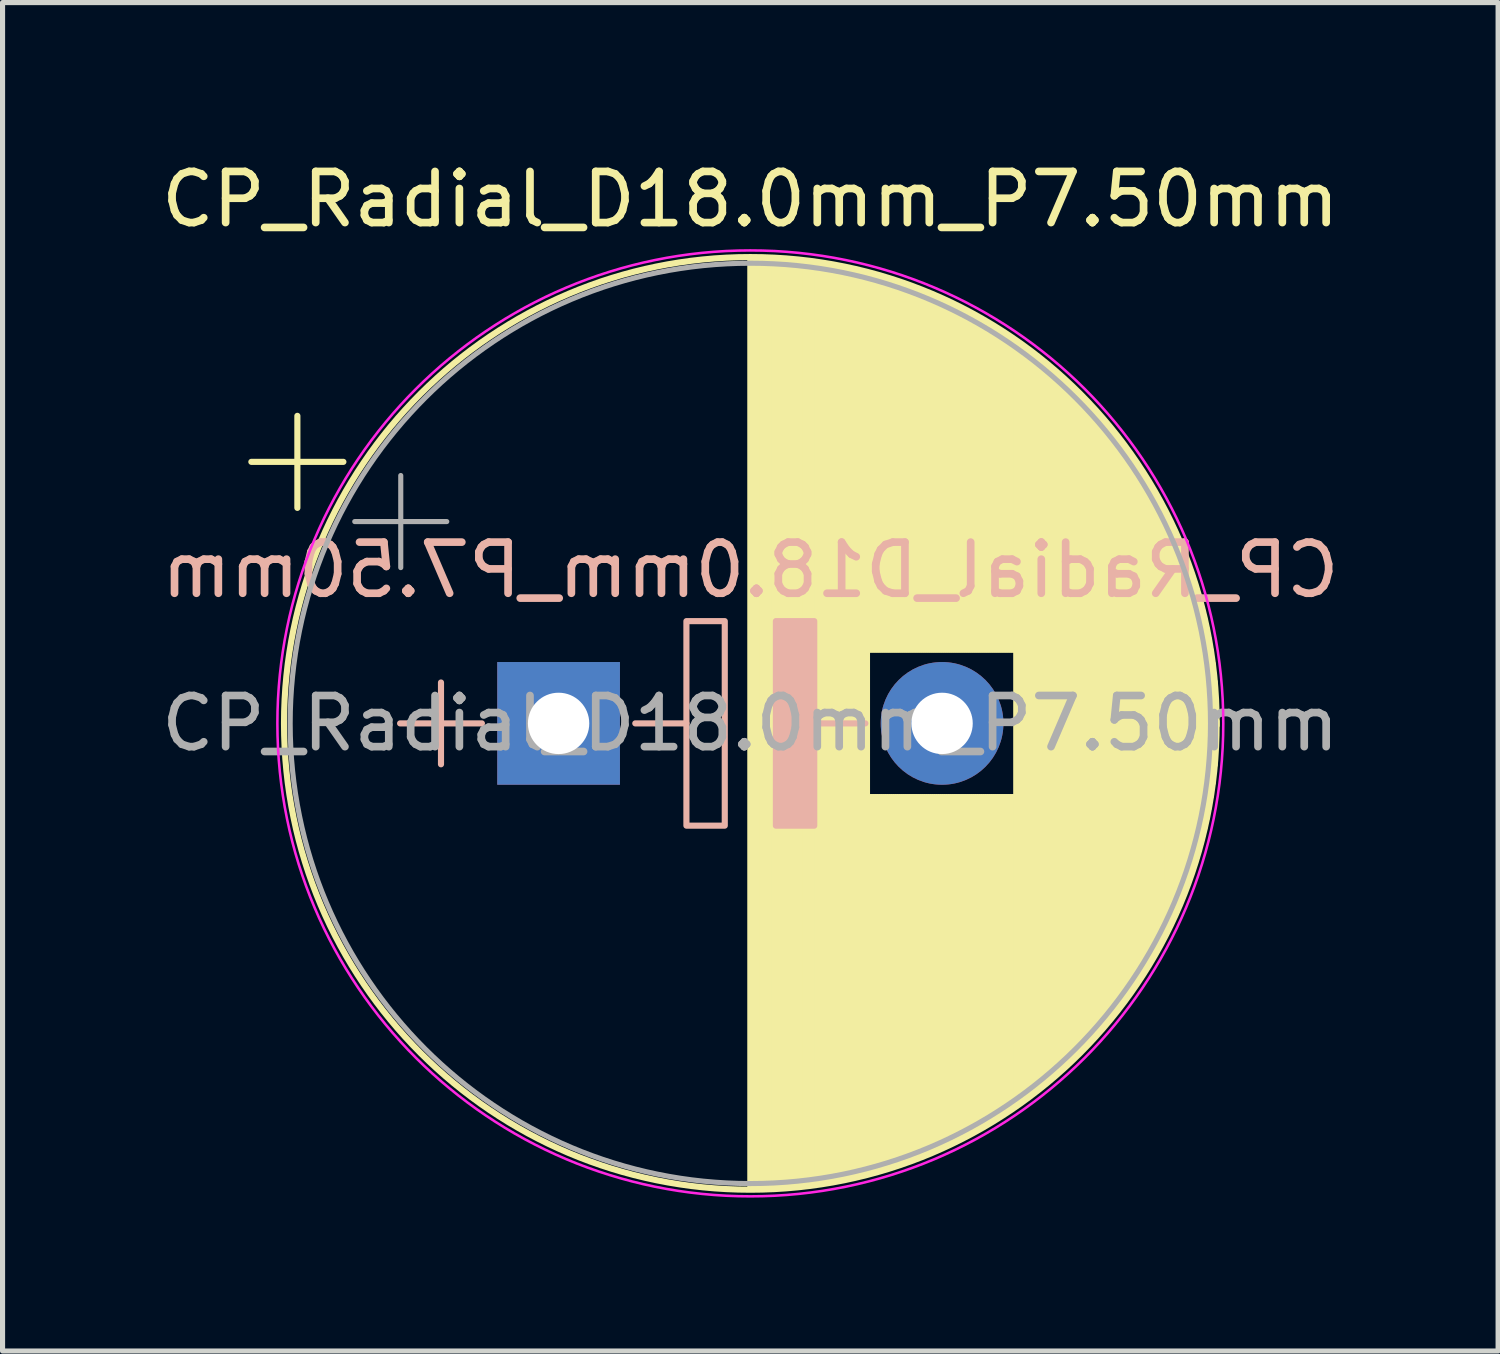
<source format=kicad_pcb>
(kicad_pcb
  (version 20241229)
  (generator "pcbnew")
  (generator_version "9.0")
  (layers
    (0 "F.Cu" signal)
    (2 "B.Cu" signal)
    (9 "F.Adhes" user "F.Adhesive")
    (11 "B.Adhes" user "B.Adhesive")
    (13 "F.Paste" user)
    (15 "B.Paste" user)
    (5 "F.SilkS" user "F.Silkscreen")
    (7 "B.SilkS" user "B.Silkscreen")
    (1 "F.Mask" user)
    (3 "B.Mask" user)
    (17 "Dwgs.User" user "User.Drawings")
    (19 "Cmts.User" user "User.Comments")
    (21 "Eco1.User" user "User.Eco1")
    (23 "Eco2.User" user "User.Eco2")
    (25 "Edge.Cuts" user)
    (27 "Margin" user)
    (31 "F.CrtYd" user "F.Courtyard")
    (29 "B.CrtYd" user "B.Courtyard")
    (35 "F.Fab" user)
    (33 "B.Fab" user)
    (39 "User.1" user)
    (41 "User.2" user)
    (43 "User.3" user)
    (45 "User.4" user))
  (footprint "CP_Radial_D18.0mm_P7.50mm"
    (layer "F.Cu")
    (at 7.875 11.098)
    (property "Reference" "CP_Radial_D18.0mm_P7.50mm" (at 3.75 -10.25 0) (layer "F.SilkS") (effects (font (size 1 1) (thickness 0.15))))
    (fp_line (start -6.009 -5.115) (end -4.209 -5.115) (stroke (width 0.12) (type solid)) (layer "F.SilkS"))
    (fp_line (start -5.109 -6.015) (end -5.109 -4.215) (stroke (width 0.12) (type solid)) (layer "F.SilkS"))
    (fp_line (start 3.75 -9.081) (end 3.75 9.081) (stroke (width 0.12) (type solid)) (layer "F.SilkS"))
    (fp_line (start 3.79 -9.08) (end 3.79 9.08) (stroke (width 0.12) (type solid)) (layer "F.SilkS"))
    (fp_line (start 3.83 -9.08) (end 3.83 9.08) (stroke (width 0.12) (type solid)) (layer "F.SilkS"))
    (fp_line (start 3.87 -9.08) (end 3.87 9.08) (stroke (width 0.12) (type solid)) (layer "F.SilkS"))
    (fp_line (start 3.91 -9.079) (end 3.91 9.079) (stroke (width 0.12) (type solid)) (layer "F.SilkS"))
    (fp_line (start 3.95 -9.078) (end 3.95 9.078) (stroke (width 0.12) (type solid)) (layer "F.SilkS"))
    (fp_line (start 3.99 -9.077) (end 3.99 9.077) (stroke (width 0.12) (type solid)) (layer "F.SilkS"))
    (fp_line (start 4.03 -9.076) (end 4.03 9.076) (stroke (width 0.12) (type solid)) (layer "F.SilkS"))
    (fp_line (start 4.07 -9.075) (end 4.07 9.075) (stroke (width 0.12) (type solid)) (layer "F.SilkS"))
    (fp_line (start 4.11 -9.073) (end 4.11 9.073) (stroke (width 0.12) (type solid)) (layer "F.SilkS"))
    (fp_line (start 4.15 -9.072) (end 4.15 9.072) (stroke (width 0.12) (type solid)) (layer "F.SilkS"))
    (fp_line (start 4.19 -9.07) (end 4.19 9.07) (stroke (width 0.12) (type solid)) (layer "F.SilkS"))
    (fp_line (start 4.23 -9.068) (end 4.23 9.068) (stroke (width 0.12) (type solid)) (layer "F.SilkS"))
    (fp_line (start 4.27 -9.066) (end 4.27 9.066) (stroke (width 0.12) (type solid)) (layer "F.SilkS"))
    (fp_line (start 4.31 -9.063) (end 4.31 9.063) (stroke (width 0.12) (type solid)) (layer "F.SilkS"))
    (fp_line (start 4.35 -9.061) (end 4.35 9.061) (stroke (width 0.12) (type solid)) (layer "F.SilkS"))
    (fp_line (start 4.39 -9.058) (end 4.39 9.058) (stroke (width 0.12) (type solid)) (layer "F.SilkS"))
    (fp_line (start 4.43 -9.055) (end 4.43 9.055) (stroke (width 0.12) (type solid)) (layer "F.SilkS"))
    (fp_line (start 4.471 -9.052) (end 4.471 9.052) (stroke (width 0.12) (type solid)) (layer "F.SilkS"))
    (fp_line (start 4.511 -9.049) (end 4.511 9.049) (stroke (width 0.12) (type solid)) (layer "F.SilkS"))
    (fp_line (start 4.551 -9.045) (end 4.551 9.045) (stroke (width 0.12) (type solid)) (layer "F.SilkS"))
    (fp_line (start 4.591 -9.042) (end 4.591 9.042) (stroke (width 0.12) (type solid)) (layer "F.SilkS"))
    (fp_line (start 4.631 -9.038) (end 4.631 9.038) (stroke (width 0.12) (type solid)) (layer "F.SilkS"))
    (fp_line (start 4.671 -9.034) (end 4.671 9.034) (stroke (width 0.12) (type solid)) (layer "F.SilkS"))
    (fp_line (start 4.711 -9.03) (end 4.711 9.03) (stroke (width 0.12) (type solid)) (layer "F.SilkS"))
    (fp_line (start 4.751 -9.026) (end 4.751 9.026) (stroke (width 0.12) (type solid)) (layer "F.SilkS"))
    (fp_line (start 4.791 -9.021) (end 4.791 9.021) (stroke (width 0.12) (type solid)) (layer "F.SilkS"))
    (fp_line (start 4.831 -9.016) (end 4.831 9.016) (stroke (width 0.12) (type solid)) (layer "F.SilkS"))
    (fp_line (start 4.871 -9.011) (end 4.871 9.011) (stroke (width 0.12) (type solid)) (layer "F.SilkS"))
    (fp_line (start 4.911 -9.006) (end 4.911 9.006) (stroke (width 0.12) (type solid)) (layer "F.SilkS"))
    (fp_line (start 4.951 -9.001) (end 4.951 9.001) (stroke (width 0.12) (type solid)) (layer "F.SilkS"))
    (fp_line (start 4.991 -8.996) (end 4.991 8.996) (stroke (width 0.12) (type solid)) (layer "F.SilkS"))
    (fp_line (start 5.031 -8.99) (end 5.031 8.99) (stroke (width 0.12) (type solid)) (layer "F.SilkS"))
    (fp_line (start 5.071 -8.984) (end 5.071 8.984) (stroke (width 0.12) (type solid)) (layer "F.SilkS"))
    (fp_line (start 5.111 -8.979) (end 5.111 8.979) (stroke (width 0.12) (type solid)) (layer "F.SilkS"))
    (fp_line (start 5.151 -8.972) (end 5.151 8.972) (stroke (width 0.12) (type solid)) (layer "F.SilkS"))
    (fp_line (start 5.191 -8.966) (end 5.191 8.966) (stroke (width 0.12) (type solid)) (layer "F.SilkS"))
    (fp_line (start 5.231 -8.96) (end 5.231 8.96) (stroke (width 0.12) (type solid)) (layer "F.SilkS"))
    (fp_line (start 5.271 -8.953) (end 5.271 8.953) (stroke (width 0.12) (type solid)) (layer "F.SilkS"))
    (fp_line (start 5.311 -8.946) (end 5.311 8.946) (stroke (width 0.12) (type solid)) (layer "F.SilkS"))
    (fp_line (start 5.351 -8.939) (end 5.351 8.939) (stroke (width 0.12) (type solid)) (layer "F.SilkS"))
    (fp_line (start 5.391 -8.932) (end 5.391 8.932) (stroke (width 0.12) (type solid)) (layer "F.SilkS"))
    (fp_line (start 5.431 -8.924) (end 5.431 8.924) (stroke (width 0.12) (type solid)) (layer "F.SilkS"))
    (fp_line (start 5.471 -8.917) (end 5.471 8.917) (stroke (width 0.12) (type solid)) (layer "F.SilkS"))
    (fp_line (start 5.511 -8.909) (end 5.511 8.909) (stroke (width 0.12) (type solid)) (layer "F.SilkS"))
    (fp_line (start 5.551 -8.901) (end 5.551 8.901) (stroke (width 0.12) (type solid)) (layer "F.SilkS"))
    (fp_line (start 5.591 -8.893) (end 5.591 8.893) (stroke (width 0.12) (type solid)) (layer "F.SilkS"))
    (fp_line (start 5.631 -8.885) (end 5.631 8.885) (stroke (width 0.12) (type solid)) (layer "F.SilkS"))
    (fp_line (start 5.671 -8.876) (end 5.671 8.876) (stroke (width 0.12) (type solid)) (layer "F.SilkS"))
    (fp_line (start 5.711 -8.867) (end 5.711 8.867) (stroke (width 0.12) (type solid)) (layer "F.SilkS"))
    (fp_line (start 5.751 -8.858) (end 5.751 8.858) (stroke (width 0.12) (type solid)) (layer "F.SilkS"))
    (fp_line (start 5.791 -8.849) (end 5.791 8.849) (stroke (width 0.12) (type solid)) (layer "F.SilkS"))
    (fp_line (start 5.831 -8.84) (end 5.831 8.84) (stroke (width 0.12) (type solid)) (layer "F.SilkS"))
    (fp_line (start 5.871 -8.831) (end 5.871 8.831) (stroke (width 0.12) (type solid)) (layer "F.SilkS"))
    (fp_line (start 5.911 -8.821) (end 5.911 8.821) (stroke (width 0.12) (type solid)) (layer "F.SilkS"))
    (fp_line (start 5.951 -8.811) (end 5.951 8.811) (stroke (width 0.12) (type solid)) (layer "F.SilkS"))
    (fp_line (start 5.991 -8.801) (end 5.991 8.801) (stroke (width 0.12) (type solid)) (layer "F.SilkS"))
    (fp_line (start 6.031 -8.791) (end 6.031 8.791) (stroke (width 0.12) (type solid)) (layer "F.SilkS"))
    (fp_line (start 6.071 -8.78) (end 6.071 -1.44) (stroke (width 0.12) (type solid)) (layer "F.SilkS"))
    (fp_line (start 6.071 1.44) (end 6.071 8.78) (stroke (width 0.12) (type solid)) (layer "F.SilkS"))
    (fp_line (start 6.111 -8.77) (end 6.111 -1.44) (stroke (width 0.12) (type solid)) (layer "F.SilkS"))
    (fp_line (start 6.111 1.44) (end 6.111 8.77) (stroke (width 0.12) (type solid)) (layer "F.SilkS"))
    (fp_line (start 6.151 -8.759) (end 6.151 -1.44) (stroke (width 0.12) (type solid)) (layer "F.SilkS"))
    (fp_line (start 6.151 1.44) (end 6.151 8.759) (stroke (width 0.12) (type solid)) (layer "F.SilkS"))
    (fp_line (start 6.191 -8.748) (end 6.191 -1.44) (stroke (width 0.12) (type solid)) (layer "F.SilkS"))
    (fp_line (start 6.191 1.44) (end 6.191 8.748) (stroke (width 0.12) (type solid)) (layer "F.SilkS"))
    (fp_line (start 6.231 -8.737) (end 6.231 -1.44) (stroke (width 0.12) (type solid)) (layer "F.SilkS"))
    (fp_line (start 6.231 1.44) (end 6.231 8.737) (stroke (width 0.12) (type solid)) (layer "F.SilkS"))
    (fp_line (start 6.271 -8.725) (end 6.271 -1.44) (stroke (width 0.12) (type solid)) (layer "F.SilkS"))
    (fp_line (start 6.271 1.44) (end 6.271 8.725) (stroke (width 0.12) (type solid)) (layer "F.SilkS"))
    (fp_line (start 6.311 -8.714) (end 6.311 -1.44) (stroke (width 0.12) (type solid)) (layer "F.SilkS"))
    (fp_line (start 6.311 1.44) (end 6.311 8.714) (stroke (width 0.12) (type solid)) (layer "F.SilkS"))
    (fp_line (start 6.351 -8.702) (end 6.351 -1.44) (stroke (width 0.12) (type solid)) (layer "F.SilkS"))
    (fp_line (start 6.351 1.44) (end 6.351 8.702) (stroke (width 0.12) (type solid)) (layer "F.SilkS"))
    (fp_line (start 6.391 -8.69) (end 6.391 -1.44) (stroke (width 0.12) (type solid)) (layer "F.SilkS"))
    (fp_line (start 6.391 1.44) (end 6.391 8.69) (stroke (width 0.12) (type solid)) (layer "F.SilkS"))
    (fp_line (start 6.431 -8.678) (end 6.431 -1.44) (stroke (width 0.12) (type solid)) (layer "F.SilkS"))
    (fp_line (start 6.431 1.44) (end 6.431 8.678) (stroke (width 0.12) (type solid)) (layer "F.SilkS"))
    (fp_line (start 6.471 -8.665) (end 6.471 -1.44) (stroke (width 0.12) (type solid)) (layer "F.SilkS"))
    (fp_line (start 6.471 1.44) (end 6.471 8.665) (stroke (width 0.12) (type solid)) (layer "F.SilkS"))
    (fp_line (start 6.511 -8.653) (end 6.511 -1.44) (stroke (width 0.12) (type solid)) (layer "F.SilkS"))
    (fp_line (start 6.511 1.44) (end 6.511 8.653) (stroke (width 0.12) (type solid)) (layer "F.SilkS"))
    (fp_line (start 6.551 -8.64) (end 6.551 -1.44) (stroke (width 0.12) (type solid)) (layer "F.SilkS"))
    (fp_line (start 6.551 1.44) (end 6.551 8.64) (stroke (width 0.12) (type solid)) (layer "F.SilkS"))
    (fp_line (start 6.591 -8.627) (end 6.591 -1.44) (stroke (width 0.12) (type solid)) (layer "F.SilkS"))
    (fp_line (start 6.591 1.44) (end 6.591 8.627) (stroke (width 0.12) (type solid)) (layer "F.SilkS"))
    (fp_line (start 6.631 -8.614) (end 6.631 -1.44) (stroke (width 0.12) (type solid)) (layer "F.SilkS"))
    (fp_line (start 6.631 1.44) (end 6.631 8.614) (stroke (width 0.12) (type solid)) (layer "F.SilkS"))
    (fp_line (start 6.671 -8.6) (end 6.671 -1.44) (stroke (width 0.12) (type solid)) (layer "F.SilkS"))
    (fp_line (start 6.671 1.44) (end 6.671 8.6) (stroke (width 0.12) (type solid)) (layer "F.SilkS"))
    (fp_line (start 6.711 -8.587) (end 6.711 -1.44) (stroke (width 0.12) (type solid)) (layer "F.SilkS"))
    (fp_line (start 6.711 1.44) (end 6.711 8.587) (stroke (width 0.12) (type solid)) (layer "F.SilkS"))
    (fp_line (start 6.751 -8.573) (end 6.751 -1.44) (stroke (width 0.12) (type solid)) (layer "F.SilkS"))
    (fp_line (start 6.751 1.44) (end 6.751 8.573) (stroke (width 0.12) (type solid)) (layer "F.SilkS"))
    (fp_line (start 6.791 -8.559) (end 6.791 -1.44) (stroke (width 0.12) (type solid)) (layer "F.SilkS"))
    (fp_line (start 6.791 1.44) (end 6.791 8.559) (stroke (width 0.12) (type solid)) (layer "F.SilkS"))
    (fp_line (start 6.831 -8.545) (end 6.831 -1.44) (stroke (width 0.12) (type solid)) (layer "F.SilkS"))
    (fp_line (start 6.831 1.44) (end 6.831 8.545) (stroke (width 0.12) (type solid)) (layer "F.SilkS"))
    (fp_line (start 6.871 -8.53) (end 6.871 -1.44) (stroke (width 0.12) (type solid)) (layer "F.SilkS"))
    (fp_line (start 6.871 1.44) (end 6.871 8.53) (stroke (width 0.12) (type solid)) (layer "F.SilkS"))
    (fp_line (start 6.911 -8.516) (end 6.911 -1.44) (stroke (width 0.12) (type solid)) (layer "F.SilkS"))
    (fp_line (start 6.911 1.44) (end 6.911 8.516) (stroke (width 0.12) (type solid)) (layer "F.SilkS"))
    (fp_line (start 6.951 -8.501) (end 6.951 -1.44) (stroke (width 0.12) (type solid)) (layer "F.SilkS"))
    (fp_line (start 6.951 1.44) (end 6.951 8.501) (stroke (width 0.12) (type solid)) (layer "F.SilkS"))
    (fp_line (start 6.991 -8.486) (end 6.991 -1.44) (stroke (width 0.12) (type solid)) (layer "F.SilkS"))
    (fp_line (start 6.991 1.44) (end 6.991 8.486) (stroke (width 0.12) (type solid)) (layer "F.SilkS"))
    (fp_line (start 7.031 -8.47) (end 7.031 -1.44) (stroke (width 0.12) (type solid)) (layer "F.SilkS"))
    (fp_line (start 7.031 1.44) (end 7.031 8.47) (stroke (width 0.12) (type solid)) (layer "F.SilkS"))
    (fp_line (start 7.071 -8.455) (end 7.071 -1.44) (stroke (width 0.12) (type solid)) (layer "F.SilkS"))
    (fp_line (start 7.071 1.44) (end 7.071 8.455) (stroke (width 0.12) (type solid)) (layer "F.SilkS"))
    (fp_line (start 7.111 -8.439) (end 7.111 -1.44) (stroke (width 0.12) (type solid)) (layer "F.SilkS"))
    (fp_line (start 7.111 1.44) (end 7.111 8.439) (stroke (width 0.12) (type solid)) (layer "F.SilkS"))
    (fp_line (start 7.151 -8.423) (end 7.151 -1.44) (stroke (width 0.12) (type solid)) (layer "F.SilkS"))
    (fp_line (start 7.151 1.44) (end 7.151 8.423) (stroke (width 0.12) (type solid)) (layer "F.SilkS"))
    (fp_line (start 7.191 -8.407) (end 7.191 -1.44) (stroke (width 0.12) (type solid)) (layer "F.SilkS"))
    (fp_line (start 7.191 1.44) (end 7.191 8.407) (stroke (width 0.12) (type solid)) (layer "F.SilkS"))
    (fp_line (start 7.231 -8.39) (end 7.231 -1.44) (stroke (width 0.12) (type solid)) (layer "F.SilkS"))
    (fp_line (start 7.231 1.44) (end 7.231 8.39) (stroke (width 0.12) (type solid)) (layer "F.SilkS"))
    (fp_line (start 7.271 -8.374) (end 7.271 -1.44) (stroke (width 0.12) (type solid)) (layer "F.SilkS"))
    (fp_line (start 7.271 1.44) (end 7.271 8.374) (stroke (width 0.12) (type solid)) (layer "F.SilkS"))
    (fp_line (start 7.311 -8.357) (end 7.311 -1.44) (stroke (width 0.12) (type solid)) (layer "F.SilkS"))
    (fp_line (start 7.311 1.44) (end 7.311 8.357) (stroke (width 0.12) (type solid)) (layer "F.SilkS"))
    (fp_line (start 7.351 -8.34) (end 7.351 -1.44) (stroke (width 0.12) (type solid)) (layer "F.SilkS"))
    (fp_line (start 7.351 1.44) (end 7.351 8.34) (stroke (width 0.12) (type solid)) (layer "F.SilkS"))
    (fp_line (start 7.391 -8.323) (end 7.391 -1.44) (stroke (width 0.12) (type solid)) (layer "F.SilkS"))
    (fp_line (start 7.391 1.44) (end 7.391 8.323) (stroke (width 0.12) (type solid)) (layer "F.SilkS"))
    (fp_line (start 7.431 -8.305) (end 7.431 -1.44) (stroke (width 0.12) (type solid)) (layer "F.SilkS"))
    (fp_line (start 7.431 1.44) (end 7.431 8.305) (stroke (width 0.12) (type solid)) (layer "F.SilkS"))
    (fp_line (start 7.471 -8.287) (end 7.471 -1.44) (stroke (width 0.12) (type solid)) (layer "F.SilkS"))
    (fp_line (start 7.471 1.44) (end 7.471 8.287) (stroke (width 0.12) (type solid)) (layer "F.SilkS"))
    (fp_line (start 7.511 -8.269) (end 7.511 -1.44) (stroke (width 0.12) (type solid)) (layer "F.SilkS"))
    (fp_line (start 7.511 1.44) (end 7.511 8.269) (stroke (width 0.12) (type solid)) (layer "F.SilkS"))
    (fp_line (start 7.551 -8.251) (end 7.551 -1.44) (stroke (width 0.12) (type solid)) (layer "F.SilkS"))
    (fp_line (start 7.551 1.44) (end 7.551 8.251) (stroke (width 0.12) (type solid)) (layer "F.SilkS"))
    (fp_line (start 7.591 -8.233) (end 7.591 -1.44) (stroke (width 0.12) (type solid)) (layer "F.SilkS"))
    (fp_line (start 7.591 1.44) (end 7.591 8.233) (stroke (width 0.12) (type solid)) (layer "F.SilkS"))
    (fp_line (start 7.631 -8.214) (end 7.631 -1.44) (stroke (width 0.12) (type solid)) (layer "F.SilkS"))
    (fp_line (start 7.631 1.44) (end 7.631 8.214) (stroke (width 0.12) (type solid)) (layer "F.SilkS"))
    (fp_line (start 7.671 -8.195) (end 7.671 -1.44) (stroke (width 0.12) (type solid)) (layer "F.SilkS"))
    (fp_line (start 7.671 1.44) (end 7.671 8.195) (stroke (width 0.12) (type solid)) (layer "F.SilkS"))
    (fp_line (start 7.711 -8.176) (end 7.711 -1.44) (stroke (width 0.12) (type solid)) (layer "F.SilkS"))
    (fp_line (start 7.711 1.44) (end 7.711 8.176) (stroke (width 0.12) (type solid)) (layer "F.SilkS"))
    (fp_line (start 7.751 -8.156) (end 7.751 -1.44) (stroke (width 0.12) (type solid)) (layer "F.SilkS"))
    (fp_line (start 7.751 1.44) (end 7.751 8.156) (stroke (width 0.12) (type solid)) (layer "F.SilkS"))
    (fp_line (start 7.791 -8.137) (end 7.791 -1.44) (stroke (width 0.12) (type solid)) (layer "F.SilkS"))
    (fp_line (start 7.791 1.44) (end 7.791 8.137) (stroke (width 0.12) (type solid)) (layer "F.SilkS"))
    (fp_line (start 7.831 -8.117) (end 7.831 -1.44) (stroke (width 0.12) (type solid)) (layer "F.SilkS"))
    (fp_line (start 7.831 1.44) (end 7.831 8.117) (stroke (width 0.12) (type solid)) (layer "F.SilkS"))
    (fp_line (start 7.871 -8.097) (end 7.871 -1.44) (stroke (width 0.12) (type solid)) (layer "F.SilkS"))
    (fp_line (start 7.871 1.44) (end 7.871 8.097) (stroke (width 0.12) (type solid)) (layer "F.SilkS"))
    (fp_line (start 7.911 -8.076) (end 7.911 -1.44) (stroke (width 0.12) (type solid)) (layer "F.SilkS"))
    (fp_line (start 7.911 1.44) (end 7.911 8.076) (stroke (width 0.12) (type solid)) (layer "F.SilkS"))
    (fp_line (start 7.951 -8.056) (end 7.951 -1.44) (stroke (width 0.12) (type solid)) (layer "F.SilkS"))
    (fp_line (start 7.951 1.44) (end 7.951 8.056) (stroke (width 0.12) (type solid)) (layer "F.SilkS"))
    (fp_line (start 7.991 -8.035) (end 7.991 -1.44) (stroke (width 0.12) (type solid)) (layer "F.SilkS"))
    (fp_line (start 7.991 1.44) (end 7.991 8.035) (stroke (width 0.12) (type solid)) (layer "F.SilkS"))
    (fp_line (start 8.031 -8.014) (end 8.031 -1.44) (stroke (width 0.12) (type solid)) (layer "F.SilkS"))
    (fp_line (start 8.031 1.44) (end 8.031 8.014) (stroke (width 0.12) (type solid)) (layer "F.SilkS"))
    (fp_line (start 8.071 -7.992) (end 8.071 -1.44) (stroke (width 0.12) (type solid)) (layer "F.SilkS"))
    (fp_line (start 8.071 1.44) (end 8.071 7.992) (stroke (width 0.12) (type solid)) (layer "F.SilkS"))
    (fp_line (start 8.111 -7.971) (end 8.111 -1.44) (stroke (width 0.12) (type solid)) (layer "F.SilkS"))
    (fp_line (start 8.111 1.44) (end 8.111 7.971) (stroke (width 0.12) (type solid)) (layer "F.SilkS"))
    (fp_line (start 8.151 -7.949) (end 8.151 -1.44) (stroke (width 0.12) (type solid)) (layer "F.SilkS"))
    (fp_line (start 8.151 1.44) (end 8.151 7.949) (stroke (width 0.12) (type solid)) (layer "F.SilkS"))
    (fp_line (start 8.191 -7.927) (end 8.191 -1.44) (stroke (width 0.12) (type solid)) (layer "F.SilkS"))
    (fp_line (start 8.191 1.44) (end 8.191 7.927) (stroke (width 0.12) (type solid)) (layer "F.SilkS"))
    (fp_line (start 8.231 -7.904) (end 8.231 -1.44) (stroke (width 0.12) (type solid)) (layer "F.SilkS"))
    (fp_line (start 8.231 1.44) (end 8.231 7.904) (stroke (width 0.12) (type solid)) (layer "F.SilkS"))
    (fp_line (start 8.271 -7.882) (end 8.271 -1.44) (stroke (width 0.12) (type solid)) (layer "F.SilkS"))
    (fp_line (start 8.271 1.44) (end 8.271 7.882) (stroke (width 0.12) (type solid)) (layer "F.SilkS"))
    (fp_line (start 8.311 -7.859) (end 8.311 -1.44) (stroke (width 0.12) (type solid)) (layer "F.SilkS"))
    (fp_line (start 8.311 1.44) (end 8.311 7.859) (stroke (width 0.12) (type solid)) (layer "F.SilkS"))
    (fp_line (start 8.351 -7.835) (end 8.351 -1.44) (stroke (width 0.12) (type solid)) (layer "F.SilkS"))
    (fp_line (start 8.351 1.44) (end 8.351 7.835) (stroke (width 0.12) (type solid)) (layer "F.SilkS"))
    (fp_line (start 8.391 -7.812) (end 8.391 -1.44) (stroke (width 0.12) (type solid)) (layer "F.SilkS"))
    (fp_line (start 8.391 1.44) (end 8.391 7.812) (stroke (width 0.12) (type solid)) (layer "F.SilkS"))
    (fp_line (start 8.431 -7.788) (end 8.431 -1.44) (stroke (width 0.12) (type solid)) (layer "F.SilkS"))
    (fp_line (start 8.431 1.44) (end 8.431 7.788) (stroke (width 0.12) (type solid)) (layer "F.SilkS"))
    (fp_line (start 8.471 -7.764) (end 8.471 -1.44) (stroke (width 0.12) (type solid)) (layer "F.SilkS"))
    (fp_line (start 8.471 1.44) (end 8.471 7.764) (stroke (width 0.12) (type solid)) (layer "F.SilkS"))
    (fp_line (start 8.511 -7.74) (end 8.511 -1.44) (stroke (width 0.12) (type solid)) (layer "F.SilkS"))
    (fp_line (start 8.511 1.44) (end 8.511 7.74) (stroke (width 0.12) (type solid)) (layer "F.SilkS"))
    (fp_line (start 8.551 -7.715) (end 8.551 -1.44) (stroke (width 0.12) (type solid)) (layer "F.SilkS"))
    (fp_line (start 8.551 1.44) (end 8.551 7.715) (stroke (width 0.12) (type solid)) (layer "F.SilkS"))
    (fp_line (start 8.591 -7.69) (end 8.591 -1.44) (stroke (width 0.12) (type solid)) (layer "F.SilkS"))
    (fp_line (start 8.591 1.44) (end 8.591 7.69) (stroke (width 0.12) (type solid)) (layer "F.SilkS"))
    (fp_line (start 8.631 -7.665) (end 8.631 -1.44) (stroke (width 0.12) (type solid)) (layer "F.SilkS"))
    (fp_line (start 8.631 1.44) (end 8.631 7.665) (stroke (width 0.12) (type solid)) (layer "F.SilkS"))
    (fp_line (start 8.671 -7.64) (end 8.671 -1.44) (stroke (width 0.12) (type solid)) (layer "F.SilkS"))
    (fp_line (start 8.671 1.44) (end 8.671 7.64) (stroke (width 0.12) (type solid)) (layer "F.SilkS"))
    (fp_line (start 8.711 -7.614) (end 8.711 -1.44) (stroke (width 0.12) (type solid)) (layer "F.SilkS"))
    (fp_line (start 8.711 1.44) (end 8.711 7.614) (stroke (width 0.12) (type solid)) (layer "F.SilkS"))
    (fp_line (start 8.751 -7.588) (end 8.751 -1.44) (stroke (width 0.12) (type solid)) (layer "F.SilkS"))
    (fp_line (start 8.751 1.44) (end 8.751 7.588) (stroke (width 0.12) (type solid)) (layer "F.SilkS"))
    (fp_line (start 8.791 -7.561) (end 8.791 -1.44) (stroke (width 0.12) (type solid)) (layer "F.SilkS"))
    (fp_line (start 8.791 1.44) (end 8.791 7.561) (stroke (width 0.12) (type solid)) (layer "F.SilkS"))
    (fp_line (start 8.831 -7.535) (end 8.831 -1.44) (stroke (width 0.12) (type solid)) (layer "F.SilkS"))
    (fp_line (start 8.831 1.44) (end 8.831 7.535) (stroke (width 0.12) (type solid)) (layer "F.SilkS"))
    (fp_line (start 8.871 -7.508) (end 8.871 -1.44) (stroke (width 0.12) (type solid)) (layer "F.SilkS"))
    (fp_line (start 8.871 1.44) (end 8.871 7.508) (stroke (width 0.12) (type solid)) (layer "F.SilkS"))
    (fp_line (start 8.911 -7.48) (end 8.911 -1.44) (stroke (width 0.12) (type solid)) (layer "F.SilkS"))
    (fp_line (start 8.911 1.44) (end 8.911 7.48) (stroke (width 0.12) (type solid)) (layer "F.SilkS"))
    (fp_line (start 8.951 -7.453) (end 8.951 7.453) (stroke (width 0.12) (type solid)) (layer "F.SilkS"))
    (fp_line (start 8.991 -7.425) (end 8.991 7.425) (stroke (width 0.12) (type solid)) (layer "F.SilkS"))
    (fp_line (start 9.031 -7.397) (end 9.031 7.397) (stroke (width 0.12) (type solid)) (layer "F.SilkS"))
    (fp_line (start 9.071 -7.368) (end 9.071 7.368) (stroke (width 0.12) (type solid)) (layer "F.SilkS"))
    (fp_line (start 9.111 -7.339) (end 9.111 7.339) (stroke (width 0.12) (type solid)) (layer "F.SilkS"))
    (fp_line (start 9.151 -7.31) (end 9.151 7.31) (stroke (width 0.12) (type solid)) (layer "F.SilkS"))
    (fp_line (start 9.191 -7.28) (end 9.191 7.28) (stroke (width 0.12) (type solid)) (layer "F.SilkS"))
    (fp_line (start 9.231 -7.25) (end 9.231 7.25) (stroke (width 0.12) (type solid)) (layer "F.SilkS"))
    (fp_line (start 9.271 -7.22) (end 9.271 7.22) (stroke (width 0.12) (type solid)) (layer "F.SilkS"))
    (fp_line (start 9.311 -7.19) (end 9.311 7.19) (stroke (width 0.12) (type solid)) (layer "F.SilkS"))
    (fp_line (start 9.351 -7.159) (end 9.351 7.159) (stroke (width 0.12) (type solid)) (layer "F.SilkS"))
    (fp_line (start 9.391 -7.127) (end 9.391 7.127) (stroke (width 0.12) (type solid)) (layer "F.SilkS"))
    (fp_line (start 9.431 -7.096) (end 9.431 7.096) (stroke (width 0.12) (type solid)) (layer "F.SilkS"))
    (fp_line (start 9.471 -7.064) (end 9.471 7.064) (stroke (width 0.12) (type solid)) (layer "F.SilkS"))
    (fp_line (start 9.511 -7.031) (end 9.511 7.031) (stroke (width 0.12) (type solid)) (layer "F.SilkS"))
    (fp_line (start 9.551 -6.999) (end 9.551 6.999) (stroke (width 0.12) (type solid)) (layer "F.SilkS"))
    (fp_line (start 9.591 -6.965) (end 9.591 6.965) (stroke (width 0.12) (type solid)) (layer "F.SilkS"))
    (fp_line (start 9.631 -6.932) (end 9.631 6.932) (stroke (width 0.12) (type solid)) (layer "F.SilkS"))
    (fp_line (start 9.671 -6.898) (end 9.671 6.898) (stroke (width 0.12) (type solid)) (layer "F.SilkS"))
    (fp_line (start 9.711 -6.864) (end 9.711 6.864) (stroke (width 0.12) (type solid)) (layer "F.SilkS"))
    (fp_line (start 9.751 -6.829) (end 9.751 6.829) (stroke (width 0.12) (type solid)) (layer "F.SilkS"))
    (fp_line (start 9.791 -6.794) (end 9.791 6.794) (stroke (width 0.12) (type solid)) (layer "F.SilkS"))
    (fp_line (start 9.831 -6.758) (end 9.831 6.758) (stroke (width 0.12) (type solid)) (layer "F.SilkS"))
    (fp_line (start 9.871 -6.722) (end 9.871 6.722) (stroke (width 0.12) (type solid)) (layer "F.SilkS"))
    (fp_line (start 9.911 -6.686) (end 9.911 6.686) (stroke (width 0.12) (type solid)) (layer "F.SilkS"))
    (fp_line (start 9.951 -6.649) (end 9.951 6.649) (stroke (width 0.12) (type solid)) (layer "F.SilkS"))
    (fp_line (start 9.991 -6.612) (end 9.991 6.612) (stroke (width 0.12) (type solid)) (layer "F.SilkS"))
    (fp_line (start 10.031 -6.574) (end 10.031 6.574) (stroke (width 0.12) (type solid)) (layer "F.SilkS"))
    (fp_line (start 10.071 -6.536) (end 10.071 6.536) (stroke (width 0.12) (type solid)) (layer "F.SilkS"))
    (fp_line (start 10.111 -6.497) (end 10.111 6.497) (stroke (width 0.12) (type solid)) (layer "F.SilkS"))
    (fp_line (start 10.151 -6.458) (end 10.151 6.458) (stroke (width 0.12) (type solid)) (layer "F.SilkS"))
    (fp_line (start 10.191 -6.418) (end 10.191 6.418) (stroke (width 0.12) (type solid)) (layer "F.SilkS"))
    (fp_line (start 10.231 -6.378) (end 10.231 6.378) (stroke (width 0.12) (type solid)) (layer "F.SilkS"))
    (fp_line (start 10.271 -6.337) (end 10.271 6.337) (stroke (width 0.12) (type solid)) (layer "F.SilkS"))
    (fp_line (start 10.311 -6.296) (end 10.311 6.296) (stroke (width 0.12) (type solid)) (layer "F.SilkS"))
    (fp_line (start 10.351 -6.254) (end 10.351 6.254) (stroke (width 0.12) (type solid)) (layer "F.SilkS"))
    (fp_line (start 10.391 -6.212) (end 10.391 6.212) (stroke (width 0.12) (type solid)) (layer "F.SilkS"))
    (fp_line (start 10.431 -6.17) (end 10.431 6.17) (stroke (width 0.12) (type solid)) (layer "F.SilkS"))
    (fp_line (start 10.471 -6.126) (end 10.471 6.126) (stroke (width 0.12) (type solid)) (layer "F.SilkS"))
    (fp_line (start 10.511 -6.082) (end 10.511 6.082) (stroke (width 0.12) (type solid)) (layer "F.SilkS"))
    (fp_line (start 10.551 -6.038) (end 10.551 6.038) (stroke (width 0.12) (type solid)) (layer "F.SilkS"))
    (fp_line (start 10.591 -5.993) (end 10.591 5.993) (stroke (width 0.12) (type solid)) (layer "F.SilkS"))
    (fp_line (start 10.631 -5.947) (end 10.631 5.947) (stroke (width 0.12) (type solid)) (layer "F.SilkS"))
    (fp_line (start 10.671 -5.901) (end 10.671 5.901) (stroke (width 0.12) (type solid)) (layer "F.SilkS"))
    (fp_line (start 10.711 -5.854) (end 10.711 5.854) (stroke (width 0.12) (type solid)) (layer "F.SilkS"))
    (fp_line (start 10.751 -5.806) (end 10.751 5.806) (stroke (width 0.12) (type solid)) (layer "F.SilkS"))
    (fp_line (start 10.791 -5.758) (end 10.791 5.758) (stroke (width 0.12) (type solid)) (layer "F.SilkS"))
    (fp_line (start 10.831 -5.709) (end 10.831 5.709) (stroke (width 0.12) (type solid)) (layer "F.SilkS"))
    (fp_line (start 10.871 -5.66) (end 10.871 5.66) (stroke (width 0.12) (type solid)) (layer "F.SilkS"))
    (fp_line (start 10.911 -5.609) (end 10.911 5.609) (stroke (width 0.12) (type solid)) (layer "F.SilkS"))
    (fp_line (start 10.951 -5.558) (end 10.951 5.558) (stroke (width 0.12) (type solid)) (layer "F.SilkS"))
    (fp_line (start 10.991 -5.506) (end 10.991 5.506) (stroke (width 0.12) (type solid)) (layer "F.SilkS"))
    (fp_line (start 11.031 -5.454) (end 11.031 5.454) (stroke (width 0.12) (type solid)) (layer "F.SilkS"))
    (fp_line (start 11.071 -5.4) (end 11.071 5.4) (stroke (width 0.12) (type solid)) (layer "F.SilkS"))
    (fp_line (start 11.111 -5.346) (end 11.111 5.346) (stroke (width 0.12) (type solid)) (layer "F.SilkS"))
    (fp_line (start 11.151 -5.291) (end 11.151 5.291) (stroke (width 0.12) (type solid)) (layer "F.SilkS"))
    (fp_line (start 11.191 -5.235) (end 11.191 5.235) (stroke (width 0.12) (type solid)) (layer "F.SilkS"))
    (fp_line (start 11.231 -5.178) (end 11.231 5.178) (stroke (width 0.12) (type solid)) (layer "F.SilkS"))
    (fp_line (start 11.271 -5.12) (end 11.271 5.12) (stroke (width 0.12) (type solid)) (layer "F.SilkS"))
    (fp_line (start 11.311 -5.062) (end 11.311 5.062) (stroke (width 0.12) (type solid)) (layer "F.SilkS"))
    (fp_line (start 11.351 -5.002) (end 11.351 5.002) (stroke (width 0.12) (type solid)) (layer "F.SilkS"))
    (fp_line (start 11.391 -4.941) (end 11.391 4.941) (stroke (width 0.12) (type solid)) (layer "F.SilkS"))
    (fp_line (start 11.431 -4.879) (end 11.431 4.879) (stroke (width 0.12) (type solid)) (layer "F.SilkS"))
    (fp_line (start 11.471 -4.816) (end 11.471 4.816) (stroke (width 0.12) (type solid)) (layer "F.SilkS"))
    (fp_line (start 11.511 -4.752) (end 11.511 4.752) (stroke (width 0.12) (type solid)) (layer "F.SilkS"))
    (fp_line (start 11.551 -4.686) (end 11.551 4.686) (stroke (width 0.12) (type solid)) (layer "F.SilkS"))
    (fp_line (start 11.591 -4.62) (end 11.591 4.62) (stroke (width 0.12) (type solid)) (layer "F.SilkS"))
    (fp_line (start 11.631 -4.552) (end 11.631 4.552) (stroke (width 0.12) (type solid)) (layer "F.SilkS"))
    (fp_line (start 11.671 -4.482) (end 11.671 4.482) (stroke (width 0.12) (type solid)) (layer "F.SilkS"))
    (fp_line (start 11.711 -4.412) (end 11.711 4.412) (stroke (width 0.12) (type solid)) (layer "F.SilkS"))
    (fp_line (start 11.751 -4.339) (end 11.751 4.339) (stroke (width 0.12) (type solid)) (layer "F.SilkS"))
    (fp_line (start 11.791 -4.265) (end 11.791 4.265) (stroke (width 0.12) (type solid)) (layer "F.SilkS"))
    (fp_line (start 11.831 -4.19) (end 11.831 4.19) (stroke (width 0.12) (type solid)) (layer "F.SilkS"))
    (fp_line (start 11.871 -4.113) (end 11.871 4.113) (stroke (width 0.12) (type solid)) (layer "F.SilkS"))
    (fp_line (start 11.911 -4.033) (end 11.911 4.033) (stroke (width 0.12) (type solid)) (layer "F.SilkS"))
    (fp_line (start 11.95 -3.952) (end 11.95 3.952) (stroke (width 0.12) (type solid)) (layer "F.SilkS"))
    (fp_line (start 11.99 -3.869) (end 11.99 3.869) (stroke (width 0.12) (type solid)) (layer "F.SilkS"))
    (fp_line (start 12.03 -3.784) (end 12.03 3.784) (stroke (width 0.12) (type solid)) (layer "F.SilkS"))
    (fp_line (start 12.07 -3.696) (end 12.07 3.696) (stroke (width 0.12) (type solid)) (layer "F.SilkS"))
    (fp_line (start 12.11 -3.605) (end 12.11 3.605) (stroke (width 0.12) (type solid)) (layer "F.SilkS"))
    (fp_line (start 12.15 -3.512) (end 12.15 3.512) (stroke (width 0.12) (type solid)) (layer "F.SilkS"))
    (fp_line (start 12.19 -3.416) (end 12.19 3.416) (stroke (width 0.12) (type solid)) (layer "F.SilkS"))
    (fp_line (start 12.23 -3.317) (end 12.23 3.317) (stroke (width 0.12) (type solid)) (layer "F.SilkS"))
    (fp_line (start 12.27 -3.214) (end 12.27 3.214) (stroke (width 0.12) (type solid)) (layer "F.SilkS"))
    (fp_line (start 12.31 -3.107) (end 12.31 3.107) (stroke (width 0.12) (type solid)) (layer "F.SilkS"))
    (fp_line (start 12.35 -2.996) (end 12.35 2.996) (stroke (width 0.12) (type solid)) (layer "F.SilkS"))
    (fp_line (start 12.39 -2.88) (end 12.39 2.88) (stroke (width 0.12) (type solid)) (layer "F.SilkS"))
    (fp_line (start 12.43 -2.759) (end 12.43 2.759) (stroke (width 0.12) (type solid)) (layer "F.SilkS"))
    (fp_line (start 12.47 -2.632) (end 12.47 2.632) (stroke (width 0.12) (type solid)) (layer "F.SilkS"))
    (fp_line (start 12.51 -2.498) (end 12.51 2.498) (stroke (width 0.12) (type solid)) (layer "F.SilkS"))
    (fp_line (start 12.55 -2.355) (end 12.55 2.355) (stroke (width 0.12) (type solid)) (layer "F.SilkS"))
    (fp_line (start 12.59 -2.203) (end 12.59 2.203) (stroke (width 0.12) (type solid)) (layer "F.SilkS"))
    (fp_line (start 12.63 -2.039) (end 12.63 2.039) (stroke (width 0.12) (type solid)) (layer "F.SilkS"))
    (fp_line (start 12.67 -1.86) (end 12.67 1.86) (stroke (width 0.12) (type solid)) (layer "F.SilkS"))
    (fp_line (start 12.71 -1.661) (end 12.71 1.661) (stroke (width 0.12) (type solid)) (layer "F.SilkS"))
    (fp_line (start 12.75 -1.435) (end 12.75 1.435) (stroke (width 0.12) (type solid)) (layer "F.SilkS"))
    (fp_line (start 12.79 -1.166) (end 12.79 1.166) (stroke (width 0.12) (type solid)) (layer "F.SilkS"))
    (fp_line (start 12.83 -0.814) (end 12.83 0.814) (stroke (width 0.12) (type solid)) (layer "F.SilkS"))
    (fp_line (start 12.87 -0.04) (end 12.87 0.04) (stroke (width 0.12) (type solid)) (layer "F.SilkS"))
    (fp_circle (center 3.75 0) (end 12.87 0) (stroke (width 0.12) (type solid)) (fill no) (layer "F.SilkS"))
    (fp_line (start -2.3 -0.8) (end -2.3 0.8) (stroke (width 0.12) (type solid)) (layer "B.SilkS"))
    (fp_line (start -1.5 0) (end -3.1 0) (stroke (width 0.12) (type solid)) (layer "B.SilkS"))
    (fp_line (start 2.5 0) (end 1.5 0) (stroke (width 0.12) (type solid)) (layer "B.SilkS"))
    (fp_line (start 6 0) (end 5 0) (stroke (width 0.12) (type solid)) (layer "B.SilkS"))
    (fp_rect (start 2.5 -2) (end 3.25 2) (stroke (width 0.12) (type solid)) (fill no) (layer "B.SilkS"))
    (fp_rect (start 4.25 -2) (end 5 2) (stroke (width 0.12) (type solid)) (fill yes) (layer "B.SilkS"))
    (fp_circle (center 3.75 0) (end 13 0) (stroke (width 0.05) (type solid)) (fill no) (layer "F.CrtYd"))
    (fp_line (start -3.987 -3.947) (end -2.187 -3.947) (stroke (width 0.1) (type solid)) (layer "F.Fab"))
    (fp_line (start -3.087 -4.848) (end -3.087 -3.047) (stroke (width 0.1) (type solid)) (layer "F.Fab"))
    (fp_circle (center 3.75 0) (end 12.75 0) (stroke (width 0.1) (type solid)) (fill no) (layer "F.Fab"))
    (fp_text user "${REFERENCE}" (at 3.75 -3 0) (layer "B.SilkS") (effects (font (size 1 1) (thickness 0.15)) (justify mirror)))
    (fp_text user "${REFERENCE}" (at 3.75 0 0) (layer "F.Fab") (effects (font (size 1 1) (thickness 0.15))))
    (pad "1" thru_hole rect (at 0 0) (size 2.4 2.4) (drill 1.2) (layers "*.Cu" "*.Mask"))
    (pad "2" thru_hole circle (at 7.5 0) (size 2.4 2.4) (drill 1.2) (layers "*.Cu" "*.Mask")))
  (gr_rect
    (start -3 -3)
    (end 26.25 23.373)
    (stroke (width 0.1) (type default))
    (fill no)
    (layer "Edge.Cuts")))
</source>
